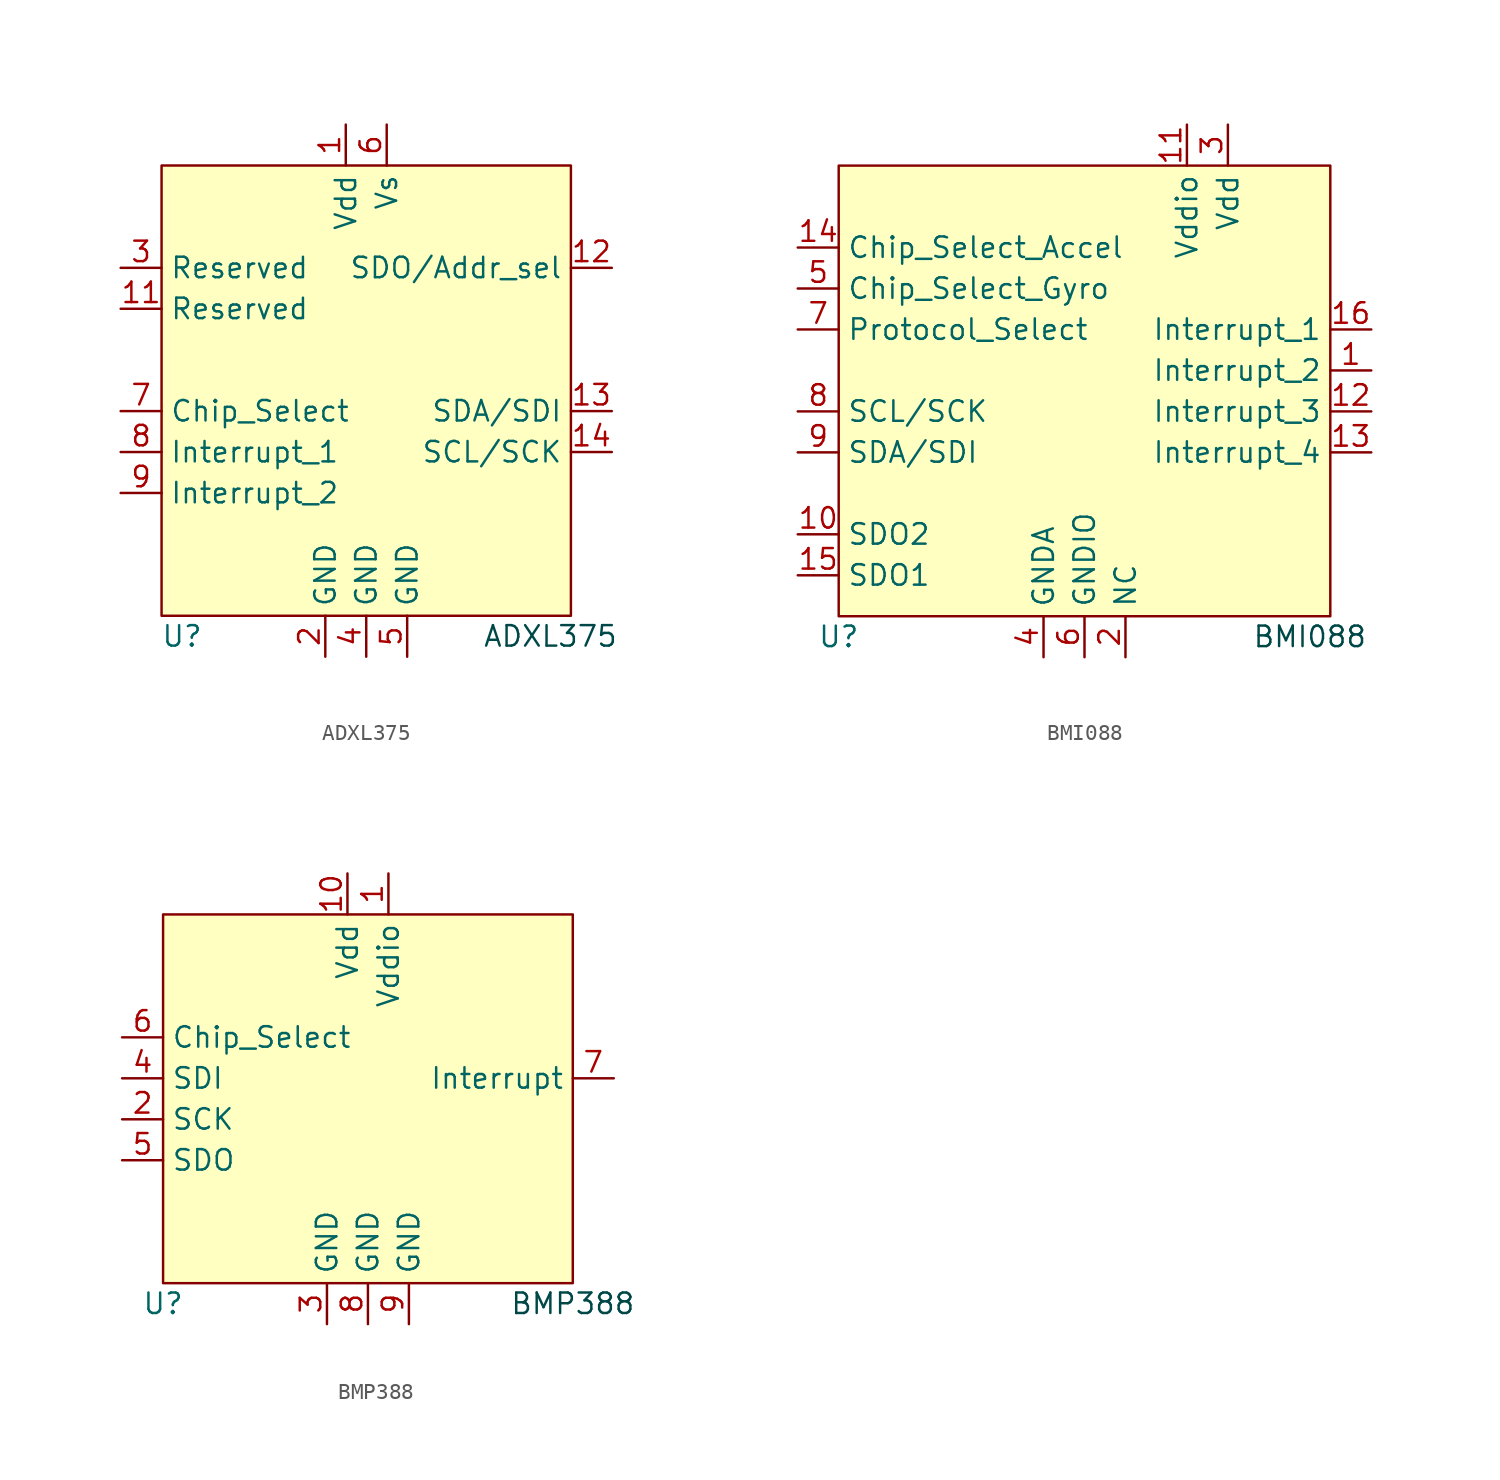
<source format=kicad_sym>
(kicad_symbol_lib
  (version 20220914)
  (generator kicad_symbol_editor)
  (symbol "ADXL375"
    (property "Reference" "U"
      (at -11.43 -15.24 0)
      (effects (font (size 1.27 1.27))))
    (property "Value" ""
      (at 0 0 0)
      (effects (font (size 1.27 1.27))))
    (symbol "ADXL375_1_1"
      (rectangle (start -12.7 13.97) (end 12.7 -13.97) (stroke (width 0) (type default)) (fill (type background)))
      (text "ADXL375" (at 11.43 -15.24 0) (effects (font (size 1.27 1.27) (color 0 72 72 1))))
      (pin power_in line (at -1.27 16.51 270) (length 2.54) (name "Vdd" (effects (font (size 1.27 1.27)))) (number "1" (effects (font (size 1.27 1.27)))))
      (pin free line (at -15.24 5.08 0) (length 2.54) (name "Reserved" (effects (font (size 1.27 1.27)))) (number "11" (effects (font (size 1.27 1.27)))))
      (pin bidirectional line (at 15.24 7.62 180) (length 2.54) (name "SDO/Addr_sel" (effects (font (size 1.27 1.27)))) (number "12" (effects (font (size 1.27 1.27)))))
      (pin bidirectional line (at 15.24 -1.27 180) (length 2.54) (name "SDA/SDI" (effects (font (size 1.27 1.27)))) (number "13" (effects (font (size 1.27 1.27)))))
      (pin bidirectional line (at 15.24 -3.81 180) (length 2.54) (name "SCL/SCK" (effects (font (size 1.27 1.27)))) (number "14" (effects (font (size 1.27 1.27)))))
      (pin power_in line (at -2.54 -16.51 90) (length 2.54) (name "GND" (effects (font (size 1.27 1.27)))) (number "2" (effects (font (size 1.27 1.27)))))
      (pin free line (at -15.24 7.62 0) (length 2.54) (name "Reserved" (effects (font (size 1.27 1.27)))) (number "3" (effects (font (size 1.27 1.27)))))
      (pin power_in line (at 0 -16.51 90) (length 2.54) (name "GND" (effects (font (size 1.27 1.27)))) (number "4" (effects (font (size 1.27 1.27)))))
      (pin power_in line (at 2.54 -16.51 90) (length 2.54) (name "GND" (effects (font (size 1.27 1.27)))) (number "5" (effects (font (size 1.27 1.27)))))
      (pin power_in line (at 1.27 16.51 270) (length 2.54) (name "Vs" (effects (font (size 1.27 1.27)))) (number "6" (effects (font (size 1.27 1.27)))))
      (pin input line (at -15.24 -1.27 0) (length 2.54) (name "Chip_Select" (effects (font (size 1.27 1.27)))) (number "7" (effects (font (size 1.27 1.27)))))
      (pin output line (at -15.24 -3.81 0) (length 2.54) (name "Interrupt_1" (effects (font (size 1.27 1.27)))) (number "8" (effects (font (size 1.27 1.27)))))
      (pin output line (at -15.24 -6.35 0) (length 2.54) (name "Interrupt_2" (effects (font (size 1.27 1.27)))) (number "9" (effects (font (size 1.27 1.27)))))))
  (symbol "BMI088"
    (property "Reference" "U"
      (at -15.24 -15.24 0)
      (effects (font (size 1.27 1.27))))
    (property "Value" ""
      (at 0 0 0)
      (effects (font (size 1.27 1.27))))
    (symbol "BMI088_1_1"
      (rectangle (start -15.24 13.97) (end 15.24 -13.97) (stroke (width 0) (type default)) (fill (type background)))
      (text "BMI088" (at 13.97 -15.24 0) (effects (font (size 1.27 1.27) (color 0 72 72 1))))
      (pin output line (at 17.78 1.27 180) (length 2.54) (name "Interrupt_2" (effects (font (size 1.27 1.27)))) (number "1" (effects (font (size 1.27 1.27)))))
      (pin output line (at -17.78 -8.89 0) (length 2.54) (name "SDO2" (effects (font (size 1.27 1.27)))) (number "10" (effects (font (size 1.27 1.27)))))
      (pin power_in line (at 6.35 16.51 270) (length 2.54) (name "Vddio" (effects (font (size 1.27 1.27)))) (number "11" (effects (font (size 1.27 1.27)))))
      (pin output line (at 17.78 -1.27 180) (length 2.54) (name "Interrupt_3" (effects (font (size 1.27 1.27)))) (number "12" (effects (font (size 1.27 1.27)))))
      (pin output line (at 17.78 -3.81 180) (length 2.54) (name "Interrupt_4" (effects (font (size 1.27 1.27)))) (number "13" (effects (font (size 1.27 1.27)))))
      (pin input line (at -17.78 8.89 0) (length 2.54) (name "Chip_Select_Accel" (effects (font (size 1.27 1.27)))) (number "14" (effects (font (size 1.27 1.27)))))
      (pin output line (at -17.78 -11.43 0) (length 2.54) (name "SDO1" (effects (font (size 1.27 1.27)))) (number "15" (effects (font (size 1.27 1.27)))))
      (pin output line (at 17.78 3.81 180) (length 2.54) (name "Interrupt_1" (effects (font (size 1.27 1.27)))) (number "16" (effects (font (size 1.27 1.27)))))
      (pin input line (at 2.54 -16.51 90) (length 2.54) (name "NC" (effects (font (size 1.27 1.27)))) (number "2" (effects (font (size 1.27 1.27)))))
      (pin power_in line (at 8.89 16.51 270) (length 2.54) (name "Vdd" (effects (font (size 1.27 1.27)))) (number "3" (effects (font (size 1.27 1.27)))))
      (pin power_in line (at -2.54 -16.51 90) (length 2.54) (name "GNDA" (effects (font (size 1.27 1.27)))) (number "4" (effects (font (size 1.27 1.27)))))
      (pin input line (at -17.78 6.35 0) (length 2.54) (name "Chip_Select_Gyro" (effects (font (size 1.27 1.27)))) (number "5" (effects (font (size 1.27 1.27)))))
      (pin power_in line (at 0 -16.51 90) (length 2.54) (name "GNDIO" (effects (font (size 1.27 1.27)))) (number "6" (effects (font (size 1.27 1.27)))))
      (pin input line (at -17.78 3.81 0) (length 2.54) (name "Protocol_Select" (effects (font (size 1.27 1.27)))) (number "7" (effects (font (size 1.27 1.27)))))
      (pin input line (at -17.78 -1.27 0) (length 2.54) (name "SCL/SCK" (effects (font (size 1.27 1.27)))) (number "8" (effects (font (size 1.27 1.27)))))
      (pin bidirectional line (at -17.78 -3.81 0) (length 2.54) (name "SDA/SDI" (effects (font (size 1.27 1.27)))) (number "9" (effects (font (size 1.27 1.27)))))))
  (symbol "BMP388"
    (property "Reference" "U"
      (at -12.7 -11.43 0)
      (effects (font (size 1.27 1.27))))
    (property "Value" ""
      (at -6.35 0 0)
      (effects (font (size 1.27 1.27))))
    (symbol "BMP388_1_1"
      (rectangle (start -12.7 12.7) (end 12.7 -10.16) (stroke (width 0) (type default)) (fill (type background)))
      (text "BMP388\n" (at 12.7 -11.43 0) (effects (font (size 1.27 1.27) (color 0 72 72 1))))
      (pin input line (at 1.27 15.24 270) (length 2.54) (name "Vddio" (effects (font (size 1.27 1.27)))) (number "1" (effects (font (size 1.27 1.27)))))
      (pin power_in line (at -1.27 15.24 270) (length 2.54) (name "Vdd" (effects (font (size 1.27 1.27)))) (number "10" (effects (font (size 1.27 1.27)))))
      (pin input line (at -15.24 0 0) (length 2.54) (name "SCK" (effects (font (size 1.27 1.27)))) (number "2" (effects (font (size 1.27 1.27)))))
      (pin power_in line (at -2.54 -12.7 90) (length 2.54) (name "GND" (effects (font (size 1.27 1.27)))) (number "3" (effects (font (size 1.27 1.27)))))
      (pin bidirectional line (at -15.24 2.54 0) (length 2.54) (name "SDI" (effects (font (size 1.27 1.27)))) (number "4" (effects (font (size 1.27 1.27)))))
      (pin bidirectional line (at -15.24 -2.54 0) (length 2.54) (name "SDO" (effects (font (size 1.27 1.27)))) (number "5" (effects (font (size 1.27 1.27)))))
      (pin input line (at -15.24 5.08 0) (length 2.54) (name "Chip_Select" (effects (font (size 1.27 1.27)))) (number "6" (effects (font (size 1.27 1.27)))))
      (pin output line (at 15.24 2.54 180) (length 2.54) (name "Interrupt" (effects (font (size 1.27 1.27)))) (number "7" (effects (font (size 1.27 1.27)))))
      (pin power_in line (at 0 -12.7 90) (length 2.54) (name "GND" (effects (font (size 1.27 1.27)))) (number "8" (effects (font (size 1.27 1.27)))))
      (pin power_in line (at 2.54 -12.7 90) (length 2.54) (name "GND" (effects (font (size 1.27 1.27)))) (number "9" (effects (font (size 1.27 1.27))))))))
</source>
